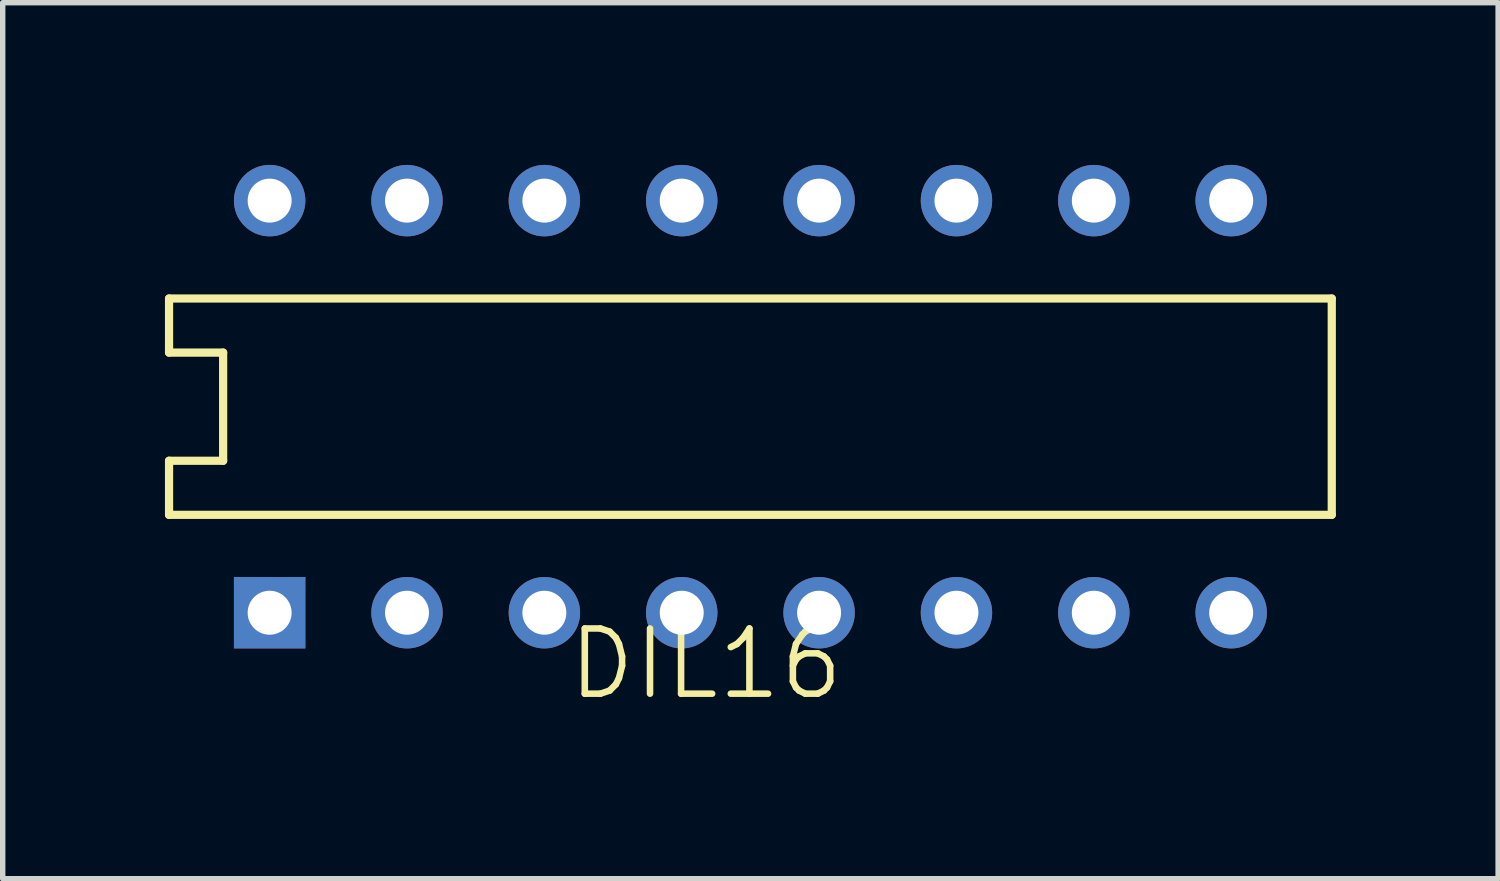
<source format=kicad_pcb>
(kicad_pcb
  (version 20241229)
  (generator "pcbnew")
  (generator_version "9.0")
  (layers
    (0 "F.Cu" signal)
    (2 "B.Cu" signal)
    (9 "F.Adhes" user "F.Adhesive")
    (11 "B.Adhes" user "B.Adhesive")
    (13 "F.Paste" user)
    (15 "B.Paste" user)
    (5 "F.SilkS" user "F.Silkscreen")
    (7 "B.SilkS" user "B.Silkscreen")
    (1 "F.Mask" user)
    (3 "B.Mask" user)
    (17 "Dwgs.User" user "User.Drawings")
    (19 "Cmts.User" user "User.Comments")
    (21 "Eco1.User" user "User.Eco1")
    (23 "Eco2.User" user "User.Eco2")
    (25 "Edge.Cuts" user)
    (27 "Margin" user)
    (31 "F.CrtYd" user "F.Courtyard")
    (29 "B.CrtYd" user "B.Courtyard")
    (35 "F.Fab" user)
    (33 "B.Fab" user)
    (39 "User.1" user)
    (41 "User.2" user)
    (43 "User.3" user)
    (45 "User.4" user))
  (footprint "DIL16"
    (layer "F.Cu")
    (at 1.936 8.28)
    (property "Reference" "DIL16" (at 5.461 1.651 180) (layer "F.SilkS") (effects (font (size 1.206 1.206) (thickness 0.121)) (justify left bottom)))
    (attr through_hole)
    (fp_line (start -1.86 -5.81) (end -1.86 -4.81) (stroke (width 0.152) (type solid)) (layer "F.SilkS"))
    (fp_line (start -1.86 -4.81) (end -0.86 -4.81) (stroke (width 0.152) (type solid)) (layer "F.SilkS"))
    (fp_line (start -1.86 -2.81) (end -0.86 -2.81) (stroke (width 0.152) (type solid)) (layer "F.SilkS"))
    (fp_line (start -1.86 -1.81) (end -1.86 -2.81) (stroke (width 0.152) (type solid)) (layer "F.SilkS"))
    (fp_line (start -1.86 -1.81) (end 19.64 -1.81) (stroke (width 0.152) (type solid)) (layer "F.SilkS"))
    (fp_line (start -0.86 -2.81) (end -0.86 -4.81) (stroke (width 0.152) (type solid)) (layer "F.SilkS"))
    (fp_line (start 19.64 -5.81) (end -1.86 -5.81) (stroke (width 0.152) (type solid)) (layer "F.SilkS"))
    (fp_line (start 19.64 -5.81) (end 19.64 -1.81) (stroke (width 0.152) (type solid)) (layer "F.SilkS"))
    (pad "1" thru_hole rect (at 0 0 90) (size 1.321 1.321) (drill 0.813) (layers "*.Cu" "*.Mask"))
    (pad "2" thru_hole circle (at 2.54 0 90) (size 1.321 1.321) (drill 0.813) (layers "*.Cu" "*.Mask"))
    (pad "3" thru_hole circle (at 5.08 0 90) (size 1.321 1.321) (drill 0.813) (layers "*.Cu" "*.Mask"))
    (pad "4" thru_hole circle (at 7.62 0 90) (size 1.321 1.321) (drill 0.813) (layers "*.Cu" "*.Mask"))
    (pad "5" thru_hole circle (at 10.16 0 90) (size 1.321 1.321) (drill 0.813) (layers "*.Cu" "*.Mask"))
    (pad "6" thru_hole circle (at 12.7 0 90) (size 1.321 1.321) (drill 0.813) (layers "*.Cu" "*.Mask"))
    (pad "7" thru_hole circle (at 15.24 0 90) (size 1.321 1.321) (drill 0.813) (layers "*.Cu" "*.Mask"))
    (pad "8" thru_hole circle (at 17.78 0 90) (size 1.321 1.321) (drill 0.813) (layers "*.Cu" "*.Mask"))
    (pad "9" thru_hole circle (at 17.78 -7.62 90) (size 1.321 1.321) (drill 0.813) (layers "*.Cu" "*.Mask"))
    (pad "10" thru_hole circle (at 15.24 -7.62 90) (size 1.321 1.321) (drill 0.813) (layers "*.Cu" "*.Mask"))
    (pad "11" thru_hole circle (at 12.7 -7.62 90) (size 1.321 1.321) (drill 0.813) (layers "*.Cu" "*.Mask"))
    (pad "12" thru_hole circle (at 10.16 -7.62 90) (size 1.321 1.321) (drill 0.813) (layers "*.Cu" "*.Mask"))
    (pad "13" thru_hole circle (at 7.62 -7.62 90) (size 1.321 1.321) (drill 0.813) (layers "*.Cu" "*.Mask"))
    (pad "14" thru_hole circle (at 5.08 -7.62 90) (size 1.321 1.321) (drill 0.813) (layers "*.Cu" "*.Mask"))
    (pad "15" thru_hole circle (at 2.54 -7.62 90) (size 1.321 1.321) (drill 0.813) (layers "*.Cu" "*.Mask"))
    (pad "16" thru_hole circle (at 0 -7.62 90) (size 1.321 1.321) (drill 0.813) (layers "*.Cu" "*.Mask")))
  (gr_rect
    (start -3 -3)
    (end 24.652 13.198)
    (stroke (width 0.1) (type default))
    (fill no)
    (layer "Edge.Cuts")))
</source>
